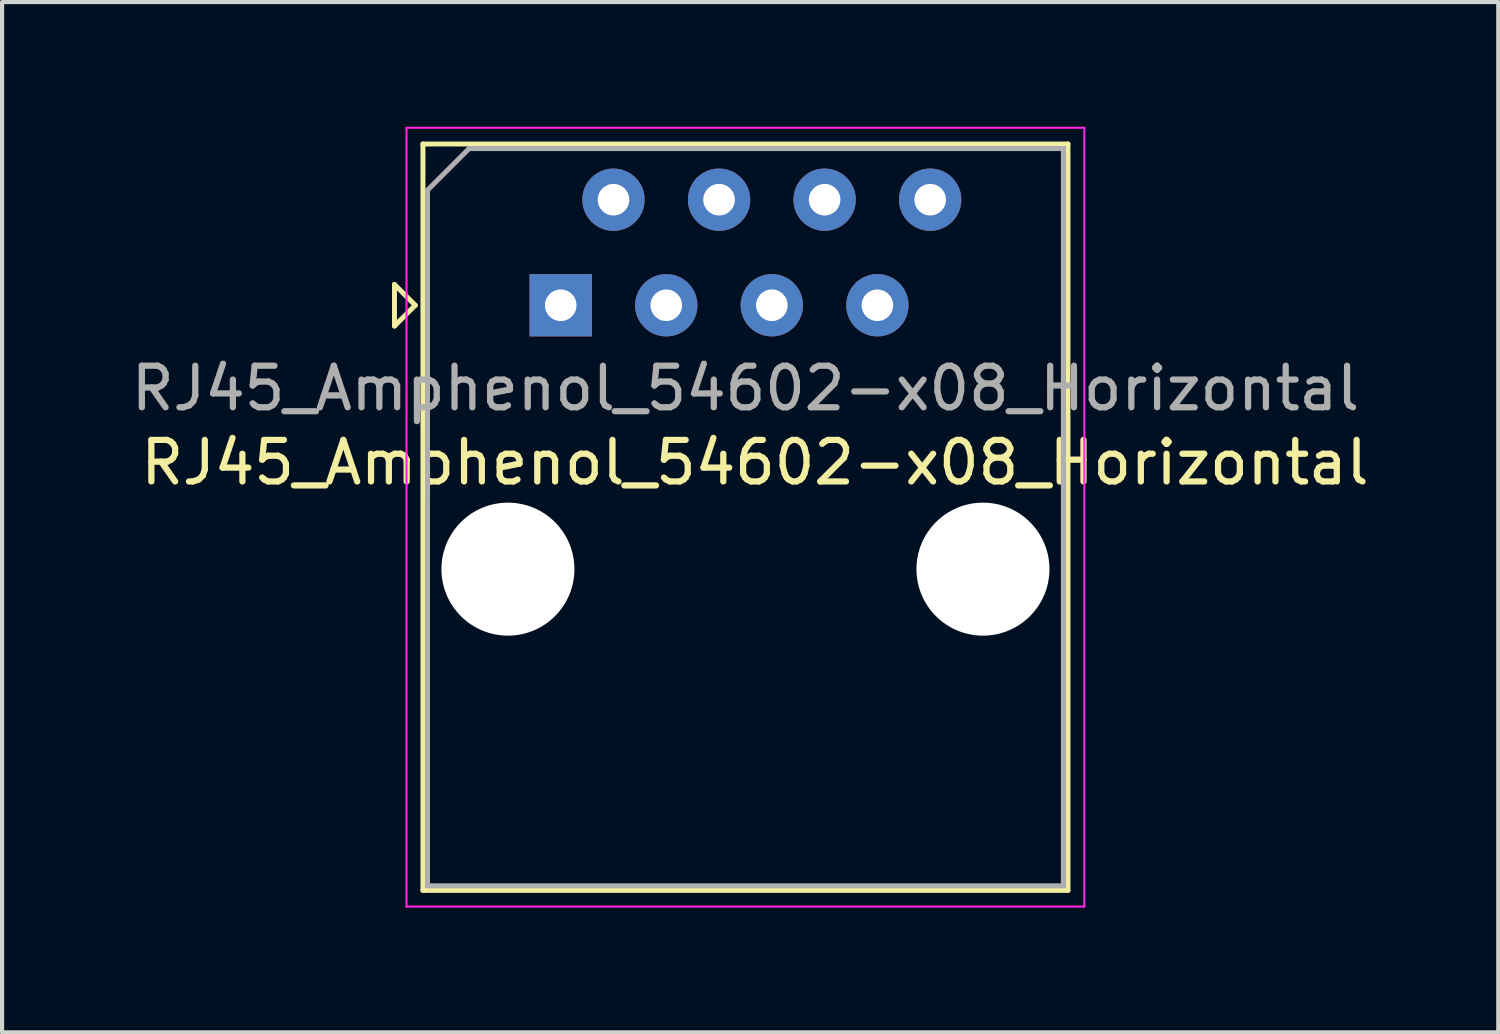
<source format=kicad_pcb>
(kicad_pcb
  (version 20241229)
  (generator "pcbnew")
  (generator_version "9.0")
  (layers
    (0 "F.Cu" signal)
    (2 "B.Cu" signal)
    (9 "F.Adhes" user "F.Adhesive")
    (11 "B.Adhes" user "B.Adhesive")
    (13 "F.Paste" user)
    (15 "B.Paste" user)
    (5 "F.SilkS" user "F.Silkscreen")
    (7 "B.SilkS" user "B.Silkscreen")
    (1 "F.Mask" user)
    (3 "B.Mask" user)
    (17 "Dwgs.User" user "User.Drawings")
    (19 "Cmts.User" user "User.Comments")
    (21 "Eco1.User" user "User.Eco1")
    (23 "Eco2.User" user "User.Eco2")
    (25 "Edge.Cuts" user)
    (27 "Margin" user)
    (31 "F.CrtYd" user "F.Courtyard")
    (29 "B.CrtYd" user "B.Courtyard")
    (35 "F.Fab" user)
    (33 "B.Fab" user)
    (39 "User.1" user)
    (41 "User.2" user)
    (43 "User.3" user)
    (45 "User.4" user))
  (footprint "RJ45_Amphenol_54602-x08_Horizontal"
    (layer "F.Cu")
    (at 10.442 4.295)
    (property "Reference" "RJ45_Amphenol_54602-x08_Horizontal" (at 4.674 3.785 0) (layer "F.SilkS") (effects (font (size 1 1) (thickness 0.15))))
    (attr through_hole)
    (fp_line (start -4 -0.5) (end -4 0.5) (stroke (width 0.12) (type solid)) (layer "F.SilkS"))
    (fp_line (start -4 0.5) (end -3.5 0) (stroke (width 0.12) (type solid)) (layer "F.SilkS"))
    (fp_line (start -3.5 0) (end -4 -0.5) (stroke (width 0.12) (type solid)) (layer "F.SilkS"))
    (fp_line (start -3.315 -3.88) (end -3.315 14.08) (stroke (width 0.12) (type solid)) (layer "F.SilkS"))
    (fp_line (start -3.315 14.08) (end 12.205 14.08) (stroke (width 0.12) (type solid)) (layer "F.SilkS"))
    (fp_line (start 12.205 -3.88) (end -3.315 -3.88) (stroke (width 0.12) (type solid)) (layer "F.SilkS"))
    (fp_line (start 12.205 -3.88) (end 12.205 14.08) (stroke (width 0.12) (type solid)) (layer "F.SilkS"))
    (fp_line (start -3.71 -4.27) (end -3.71 14.47) (stroke (width 0.05) (type solid)) (layer "F.CrtYd"))
    (fp_line (start -3.71 -4.27) (end 12.6 -4.27) (stroke (width 0.05) (type solid)) (layer "F.CrtYd"))
    (fp_line (start 12.6 14.47) (end -3.71 14.47) (stroke (width 0.05) (type solid)) (layer "F.CrtYd"))
    (fp_line (start 12.6 14.47) (end 12.6 -4.27) (stroke (width 0.05) (type solid)) (layer "F.CrtYd"))
    (fp_line (start -3.205 -2.77) (end -2.205 -3.77) (stroke (width 0.12) (type solid)) (layer "F.Fab"))
    (fp_line (start -3.205 13.97) (end -3.205 -2.77) (stroke (width 0.12) (type solid)) (layer "F.Fab"))
    (fp_line (start -2.205 -3.77) (end 12.095 -3.77) (stroke (width 0.12) (type solid)) (layer "F.Fab"))
    (fp_line (start 12.095 -3.77) (end 12.095 13.97) (stroke (width 0.12) (type solid)) (layer "F.Fab"))
    (fp_line (start 12.095 13.97) (end -3.205 13.97) (stroke (width 0.12) (type solid)) (layer "F.Fab"))
    (fp_text user "${REFERENCE}" (at 4.445 2 0) (layer "F.Fab") (effects (font (size 1 1) (thickness 0.15))))
    (pad "" np_thru_hole circle (at -1.27 6.35) (size 3.2 3.2) (drill 3.2) (layers "*.Cu" "*.Mask"))
    (pad "" np_thru_hole circle (at 10.16 6.35) (size 3.2 3.2) (drill 3.2) (layers "*.Cu" "*.Mask"))
    (pad "1" thru_hole rect (at 0 0) (size 1.5 1.5) (drill 0.76) (layers "*.Cu" "*.Mask"))
    (pad "2" thru_hole circle (at 1.27 -2.54) (size 1.5 1.5) (drill 0.76) (layers "*.Cu" "*.Mask"))
    (pad "3" thru_hole circle (at 2.54 0) (size 1.5 1.5) (drill 0.76) (layers "*.Cu" "*.Mask"))
    (pad "4" thru_hole circle (at 3.81 -2.54) (size 1.5 1.5) (drill 0.76) (layers "*.Cu" "*.Mask"))
    (pad "5" thru_hole circle (at 5.08 0) (size 1.5 1.5) (drill 0.76) (layers "*.Cu" "*.Mask"))
    (pad "6" thru_hole circle (at 6.35 -2.54) (size 1.5 1.5) (drill 0.76) (layers "*.Cu" "*.Mask"))
    (pad "7" thru_hole circle (at 7.62 0) (size 1.5 1.5) (drill 0.76) (layers "*.Cu" "*.Mask"))
    (pad "8" thru_hole circle (at 8.89 -2.54) (size 1.5 1.5) (drill 0.76) (layers "*.Cu" "*.Mask")))
  (gr_rect
    (start -3 -3)
    (end 33.002 21.79)
    (stroke (width 0.1) (type default))
    (fill no)
    (layer "Edge.Cuts")))
</source>
